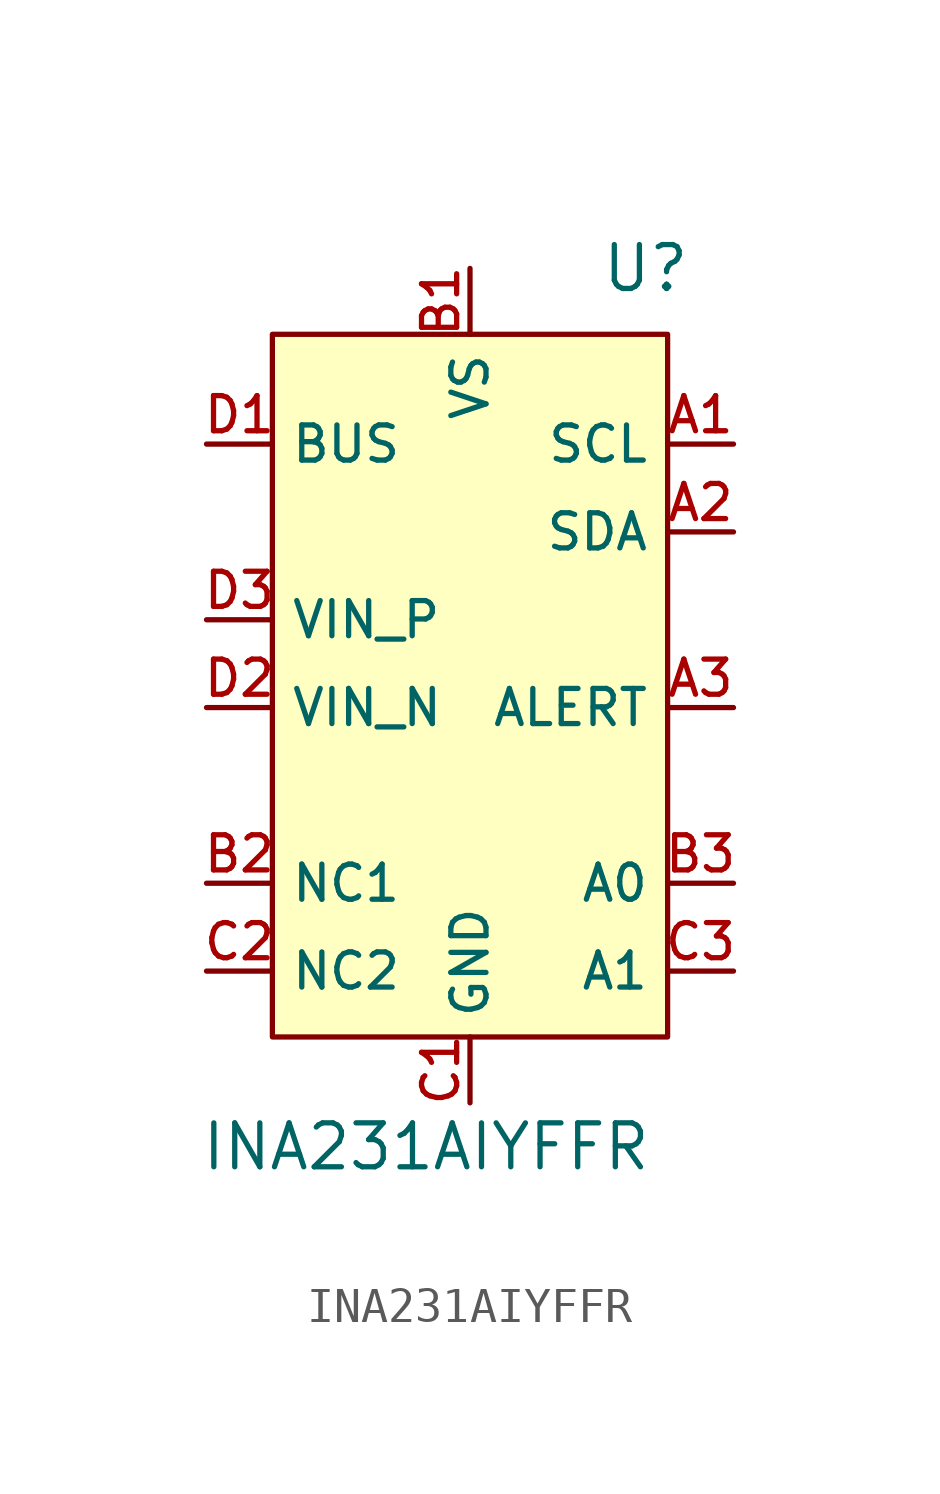
<source format=kicad_sym>
(kicad_symbol_lib
  (version 20211014)
  (generator kicad_symbol_editor)
  (symbol "INA231AIYFFR"
    (property "Reference" "U"
      (at 5.08 10.16 0)
      (effects (font (size 1.27 1.27))))
    (property "Value" "INA231AIYFFR"
      (at -1.27 -15.24 0)
      (effects (font (size 1.27 1.27))))
    (symbol "INA231AIYFFR_0_1"
      (rectangle (start -5.715 8.255) (end 5.715 -12.065) (stroke (width 0.152) (type default) (color 0 0 0 0)) (fill (type background))))
    (symbol "INA231AIYFFR_1_1"
      (pin input line (at 7.62 5.08 180) (length 1.905) (name "SCL" (effects (font (size 1.016 1.016)))) (number "A1" (effects (font (size 1.016 1.016)))))
      (pin bidirectional line (at 7.62 2.54 180) (length 1.905) (name "SDA" (effects (font (size 1.016 1.016)))) (number "A2" (effects (font (size 1.016 1.016)))))
      (pin output line (at 7.62 -2.54 180) (length 1.905) (name "ALERT" (effects (font (size 1.016 1.016)))) (number "A3" (effects (font (size 1.016 1.016)))))
      (pin power_in line (at 0 10.16 270) (length 1.905) (name "VS" (effects (font (size 1.016 1.016)))) (number "B1" (effects (font (size 1.016 1.016)))))
      (pin passive line (at -7.62 -7.62 0) (length 1.905) (name "NC1" (effects (font (size 1.016 1.016)))) (number "B2" (effects (font (size 1.016 1.016)))))
      (pin input line (at 7.62 -7.62 180) (length 1.905) (name "A0" (effects (font (size 1.016 1.016)))) (number "B3" (effects (font (size 1.016 1.016)))))
      (pin power_in line (at 0 -13.97 90) (length 1.905) (name "GND" (effects (font (size 1.016 1.016)))) (number "C1" (effects (font (size 1.016 1.016)))))
      (pin passive line (at -7.62 -10.16 0) (length 1.905) (name "NC2" (effects (font (size 1.016 1.016)))) (number "C2" (effects (font (size 1.016 1.016)))))
      (pin input line (at 7.62 -10.16 180) (length 1.905) (name "A1" (effects (font (size 1.016 1.016)))) (number "C3" (effects (font (size 1.016 1.016)))))
      (pin passive line (at -7.62 5.08 0) (length 1.905) (name "BUS" (effects (font (size 1.016 1.016)))) (number "D1" (effects (font (size 1.016 1.016)))))
      (pin passive line (at -7.62 -2.54 0) (length 1.905) (name "VIN_N" (effects (font (size 1.016 1.016)))) (number "D2" (effects (font (size 1.016 1.016)))))
      (pin passive line (at -7.62 0 0) (length 1.905) (name "VIN_P" (effects (font (size 1.016 1.016)))) (number "D3" (effects (font (size 1.016 1.016))))))))
</source>
